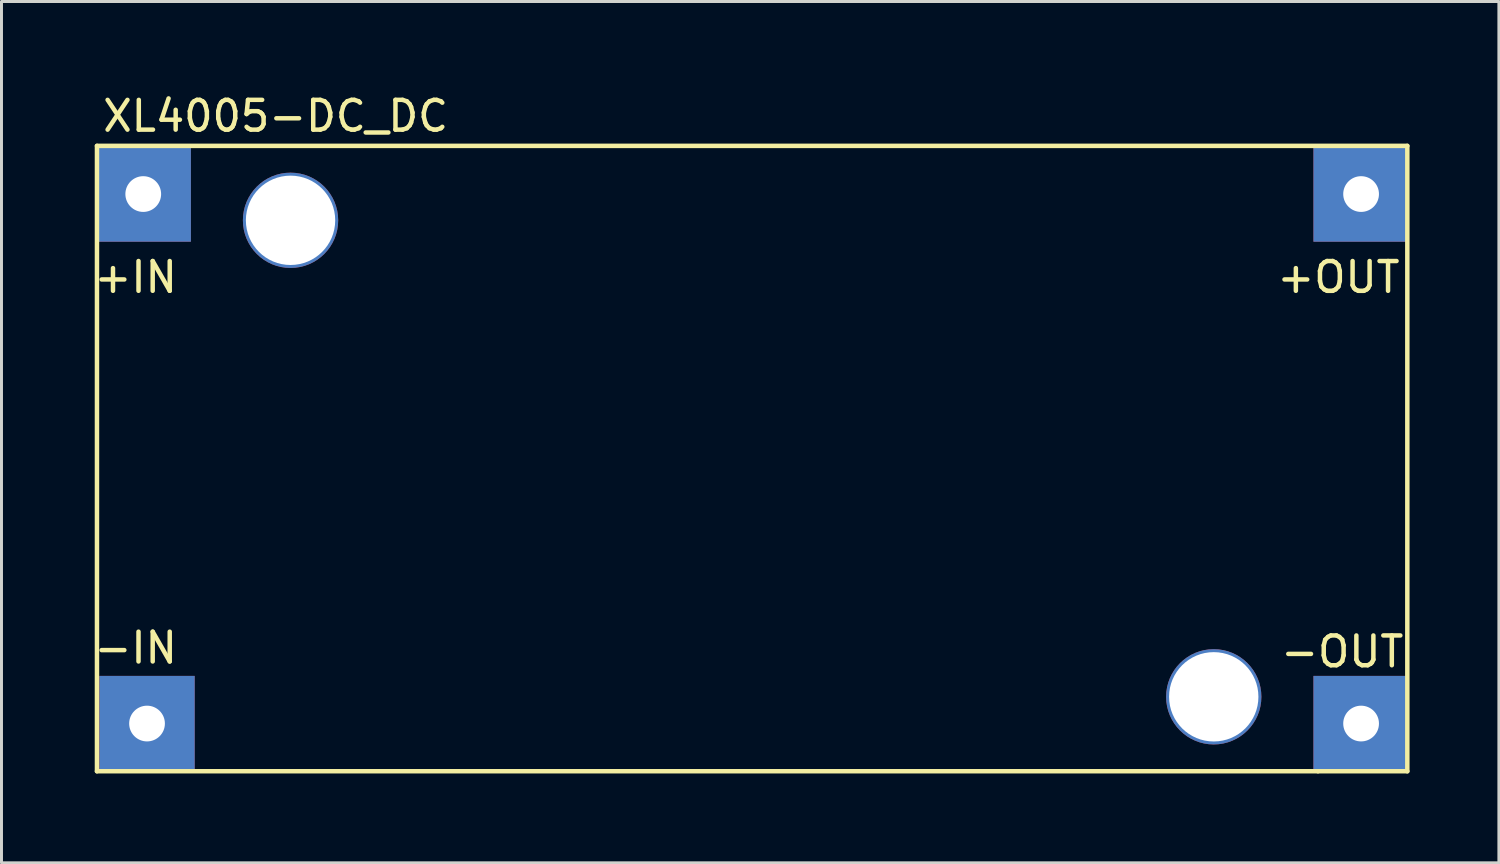
<source format=kicad_pcb>
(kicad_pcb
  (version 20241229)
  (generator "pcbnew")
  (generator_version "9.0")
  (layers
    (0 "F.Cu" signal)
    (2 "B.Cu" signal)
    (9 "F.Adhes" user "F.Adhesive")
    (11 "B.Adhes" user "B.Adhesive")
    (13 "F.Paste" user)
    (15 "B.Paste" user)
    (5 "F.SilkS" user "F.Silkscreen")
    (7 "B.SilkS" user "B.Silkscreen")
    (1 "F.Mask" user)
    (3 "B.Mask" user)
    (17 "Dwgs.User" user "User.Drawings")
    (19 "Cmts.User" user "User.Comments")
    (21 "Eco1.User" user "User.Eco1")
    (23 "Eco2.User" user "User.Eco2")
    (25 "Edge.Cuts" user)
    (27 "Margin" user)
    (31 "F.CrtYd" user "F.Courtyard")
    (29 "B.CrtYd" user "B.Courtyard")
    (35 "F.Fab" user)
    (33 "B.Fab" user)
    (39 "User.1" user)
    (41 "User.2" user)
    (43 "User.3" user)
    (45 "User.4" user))
  (footprint "XL4005-DC_DC"
    (layer "F.Cu")
    (at 14.206 11.848)
    (property "Reference" "XL4005-DC_DC" (at -8 -11 0) (layer "F.SilkS") (effects (font (size 1 1) (thickness 0.15))))
    (attr through_hole)
    (fp_line (start -14 -10) (end -14 11) (stroke (width 0.15) (type solid)) (layer "F.SilkS"))
    (fp_line (start -14 11) (end 27 11) (stroke (width 0.15) (type solid)) (layer "F.SilkS"))
    (fp_line (start 27 11) (end 30 11) (stroke (width 0.15) (type solid)) (layer "F.SilkS"))
    (fp_line (start 30 -10) (end -14 -10) (stroke (width 0.15) (type solid)) (layer "F.SilkS"))
    (fp_line (start 30 11) (end 30 -10) (stroke (width 0.15) (type solid)) (layer "F.SilkS"))
    (fp_text user "+OUT" (at 27.686 -5.588 0) (layer "F.SilkS") (effects (font (size 1 1) (thickness 0.15))))
    (fp_text user "+IN" (at -12.7 -5.588 0) (layer "F.SilkS") (effects (font (size 1 1) (thickness 0.15))))
    (fp_text user "-OUT" (at 27.813 6.985 0) (layer "F.SilkS") (effects (font (size 1 1) (thickness 0.15))))
    (fp_text user "-IN" (at -12.7 6.858 0) (layer "F.SilkS") (effects (font (size 1 1) (thickness 0.15))))
    (pad "" thru_hole circle (at -7.5 -7.5) (size 3.2 3.2) (drill 3) (layers "*.Cu" "*.Mask"))
    (pad "1" thru_hole rect (at -12.446 -8.382) (size 3.2 3.2) (drill 1.2) (layers "*.Cu" "*.Mask"))
    (pad "1" thru_hole circle (at 23.5 8.5) (size 3.2 3.2) (drill 3) (layers "*.Cu" "*.Mask"))
    (pad "2" thru_hole rect (at -12.319 9.398) (size 3.2 3.2) (drill 1.2) (layers "*.Cu" "*.Mask"))
    (pad "3" thru_hole rect (at 28.448 9.398) (size 3.2 3.2) (drill 1.2) (layers "*.Cu" "*.Mask"))
    (pad "4" thru_hole rect (at 28.448 -8.382) (size 3.2 3.2) (drill 1.2) (layers "*.Cu" "*.Mask")))
  (gr_rect
    (start -3 -3)
    (end 47.281 25.923)
    (stroke (width 0.1) (type default))
    (fill no)
    (layer "Edge.Cuts")))
</source>
